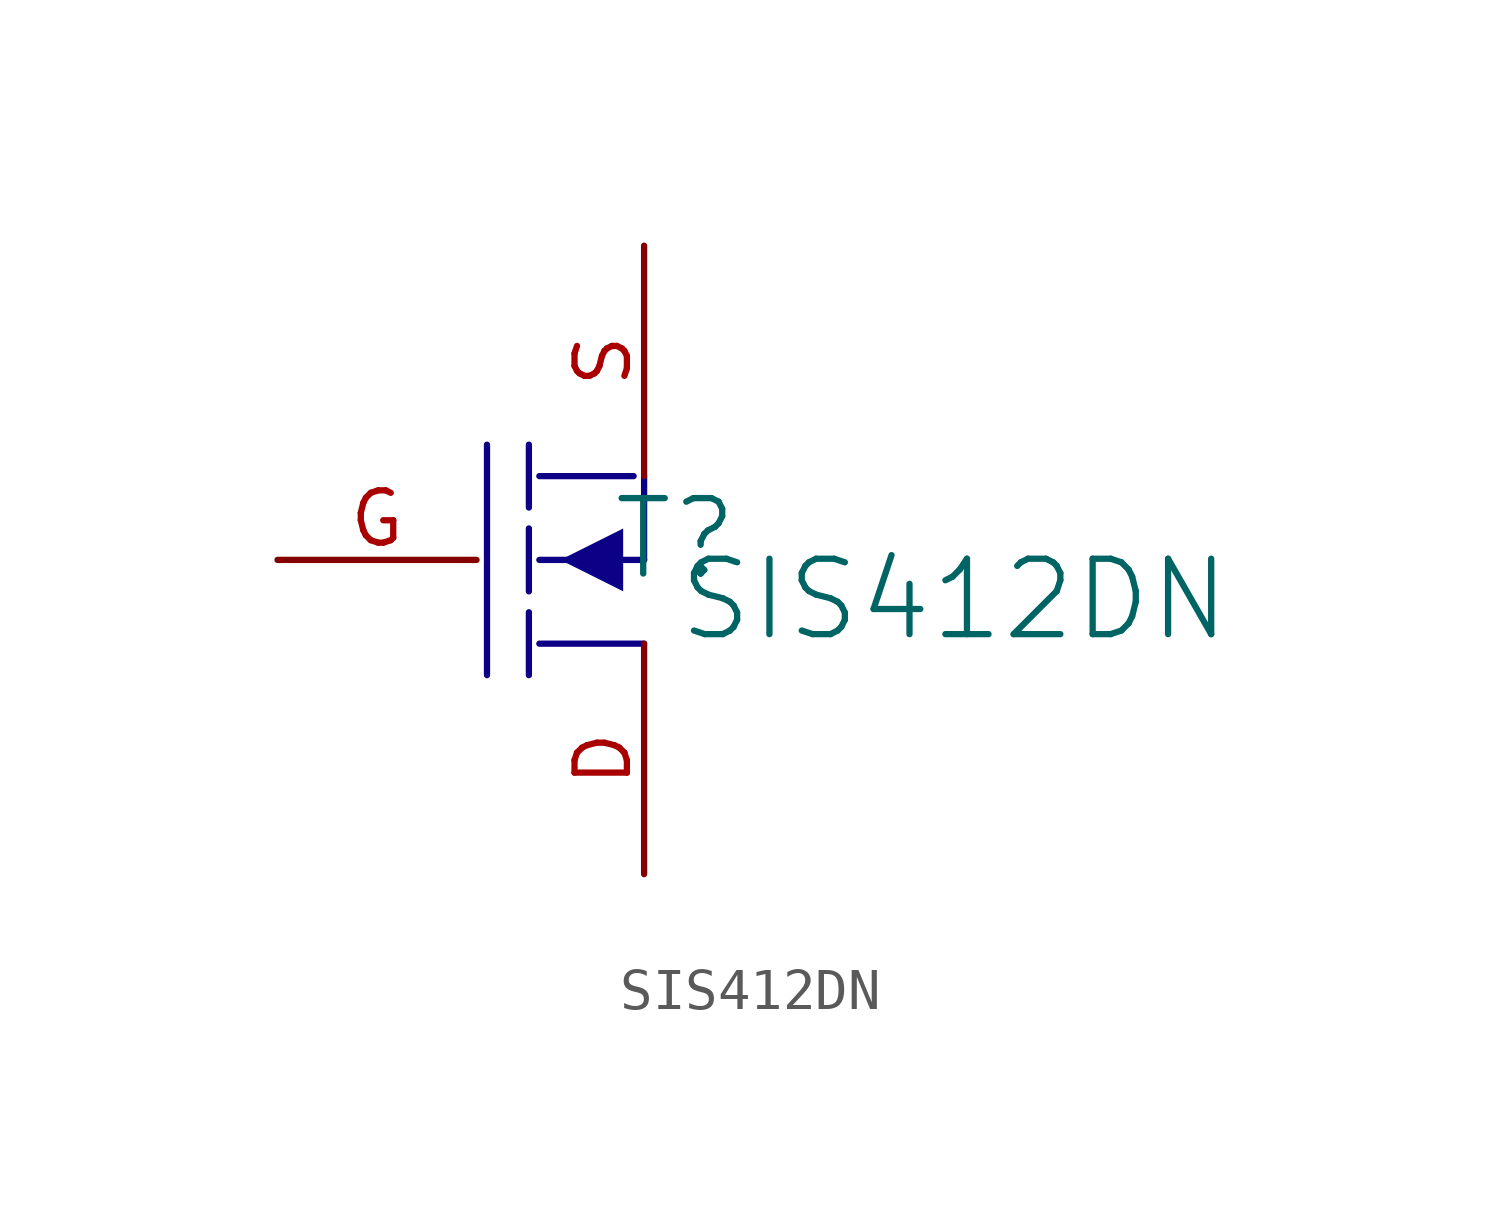
<source format=kicad_sym>
(kicad_symbol_lib
  (version 20241209)
  (generator "kicad_symbol_editor")
  (generator_version "9.0")
  (symbol "SIS412DN"
    (pin_names
      (hide yes))
    (property "Reference" "T"
      (at 5.842 0.508 0)
      (effects (font (size 1.829 1.829))))
    (property "Value" "SIS412DN"
      (at 5.842 -2.032 0)
      (effects (font (size 1.829 1.829)) (justify left bottom)))
    (symbol "SIS412DN_1_0"
      (polyline (pts (xy 1.27 -2.794) (xy 1.27 2.794)) (stroke (width 0) (type solid) (color 12 0 135 1)) (fill (type none)))
      (polyline (pts (xy 2.286 1.27) (xy 2.286 2.794)) (stroke (width 0) (type solid) (color 12 0 135 1)) (fill (type none)))
      (polyline (pts (xy 2.286 -0.762) (xy 2.286 0.762)) (stroke (width 0) (type solid) (color 12 0 135 1)) (fill (type none)))
      (polyline (pts (xy 2.286 -2.794) (xy 2.286 -1.27)) (stroke (width 0) (type solid) (color 12 0 135 1)) (fill (type none)))
      (polyline (pts (xy 2.54 2.032) (xy 4.826 2.032)) (stroke (width 0) (type solid) (color 12 0 135 1)) (fill (type none)))
      (polyline (pts (xy 2.54 0) (xy 5.08 0)) (stroke (width 0) (type solid) (color 12 0 135 1)) (fill (type none)))
      (polyline (pts (xy 4.572 -0.762) (xy 3.048 0) (xy 4.572 0.762) (xy 4.572 -0.762)) (stroke (width -0.0001) (type solid) (color 12 0 135 1)) (fill (type outline)))
      (polyline (pts (xy 5.08 2.032) (xy 5.08 0)) (stroke (width 0) (type solid) (color 12 0 135 1)) (fill (type none)))
      (polyline (pts (xy 5.08 -2.032) (xy 2.54 -2.032)) (stroke (width 0) (type solid) (color 12 0 135 1)) (fill (type none)))
      (pin passive line (at -3.81 0 0) (length 4.826) (name "G" (effects (font (size 1.27 1.27)))) (number "G" (effects (font (size 1.27 1.27)))))
      (pin passive line (at 5.08 7.62 270) (length 5.588) (name "S" (effects (font (size 1.27 1.27)))) (number "S" (effects (font (size 1.27 1.27)))))
      (pin passive line (at 5.08 -7.62 90) (length 5.588) (name "D" (effects (font (size 1.27 1.27)))) (number "D" (effects (font (size 1.27 1.27))))))))
</source>
